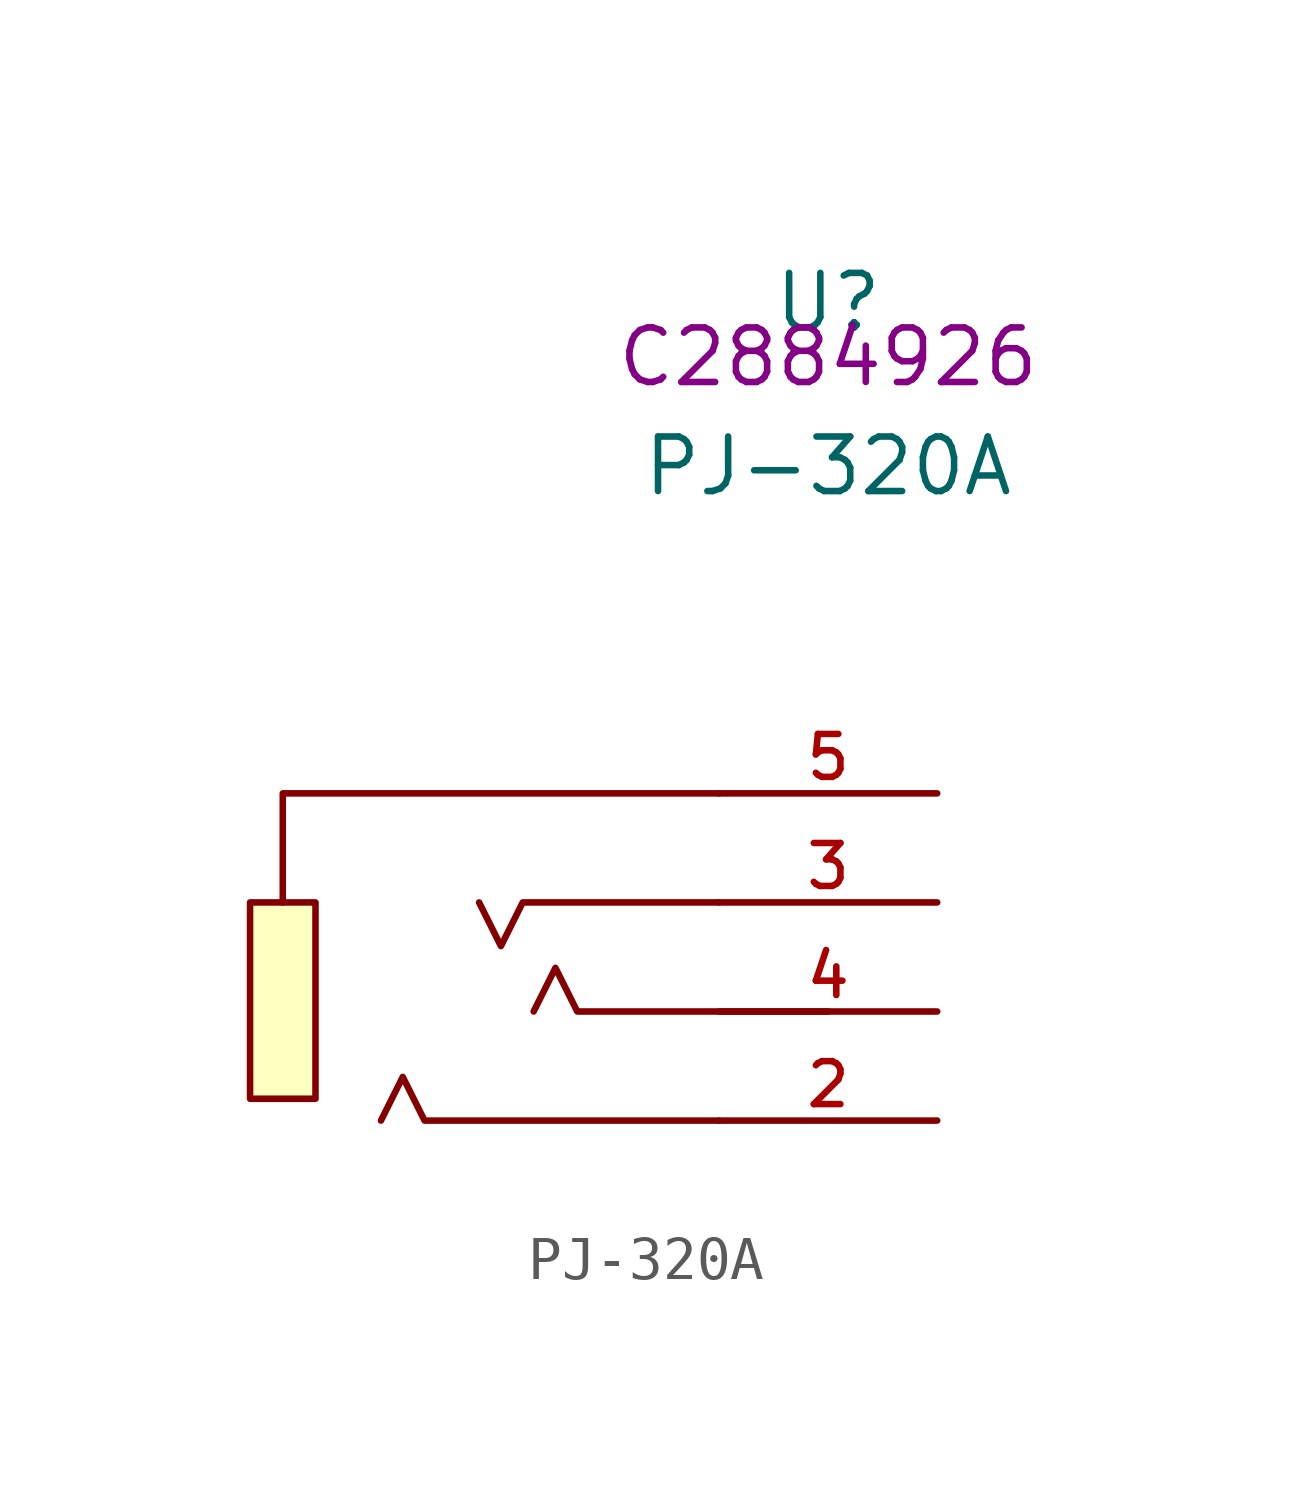
<source format=kicad_sym>
(kicad_symbol_lib
  (version 20231120)
  (generator "kicad_symbol_editor")
  (generator_version "8.0")
  (symbol "PJ-320A"
    (pin_names hide)
    (property "Reference" "U"
      (at 0 1.27 0)
      (effects (font (size 1.27 1.27))))
    (property "Value" "PJ-320A"
      (at 0 -2.54 0)
      (effects (font (size 1.27 1.27))))
    (property "LCSC" "C2884926"
      (at 0 0 0)
      (effects (font (size 1.27 1.27))))
    (symbol "PJ-320A_0_0"
      (rectangle (start -13.462 -12.7) (end -11.938 -17.272) (stroke (width 0) (type default)) (fill (type background)))
      (polyline (pts (xy -2.54 -10.16) (xy -12.7 -10.16) (xy -12.7 -12.7)) (stroke (width 0) (type default)) (fill (type none)))
      (polyline (pts (xy -2.54 -17.78) (xy -9.398 -17.78) (xy -9.906 -16.764) (xy -10.414 -17.78)) (stroke (width 0) (type default)) (fill (type none)))
      (polyline (pts (xy -2.54 -12.7) (xy -7.112 -12.7) (xy -7.62 -13.716) (xy -8.128 -12.7)) (stroke (width 0) (type default)) (fill (type none)))
      (polyline (pts (xy 0 -15.24) (xy -5.842 -15.24) (xy -6.35 -14.224) (xy -6.858 -15.24)) (stroke (width 0) (type default)) (fill (type none)))
      (pin unspecified line (at 2.54 -17.78 180) (length 5.08) (name "2" (effects (font (size 1 1)))) (number "2" (effects (font (size 1 1)))))
      (pin unspecified line (at 2.54 -12.7 180) (length 5.08) (name "3" (effects (font (size 1 1)))) (number "3" (effects (font (size 1 1)))))
      (pin unspecified line (at 2.54 -15.24 180) (length 5.08) (name "4" (effects (font (size 1 1)))) (number "4" (effects (font (size 1 1)))))
      (pin unspecified line (at 2.54 -10.16 180) (length 5.08) (name "5" (effects (font (size 1 1)))) (number "5" (effects (font (size 1 1))))))))
</source>
